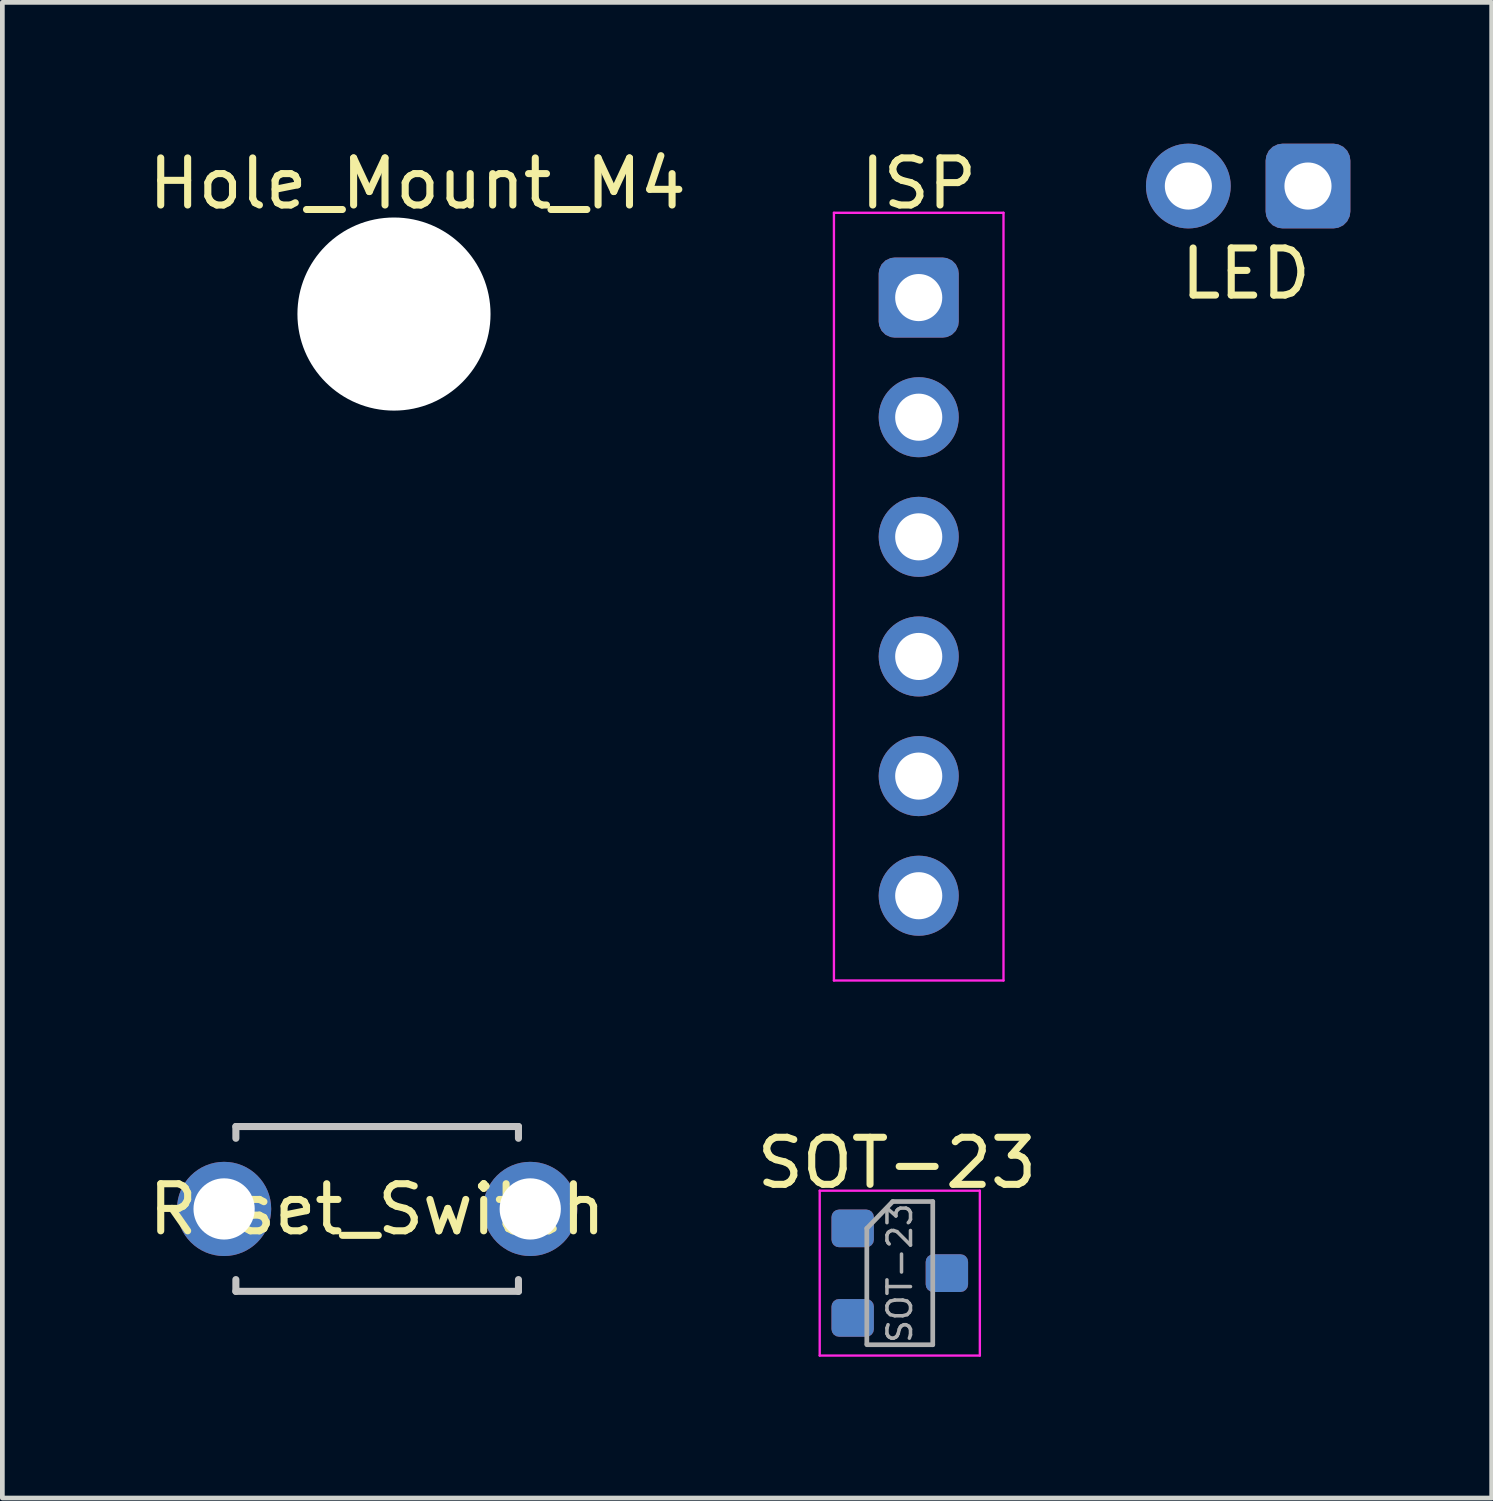
<source format=kicad_pcb>
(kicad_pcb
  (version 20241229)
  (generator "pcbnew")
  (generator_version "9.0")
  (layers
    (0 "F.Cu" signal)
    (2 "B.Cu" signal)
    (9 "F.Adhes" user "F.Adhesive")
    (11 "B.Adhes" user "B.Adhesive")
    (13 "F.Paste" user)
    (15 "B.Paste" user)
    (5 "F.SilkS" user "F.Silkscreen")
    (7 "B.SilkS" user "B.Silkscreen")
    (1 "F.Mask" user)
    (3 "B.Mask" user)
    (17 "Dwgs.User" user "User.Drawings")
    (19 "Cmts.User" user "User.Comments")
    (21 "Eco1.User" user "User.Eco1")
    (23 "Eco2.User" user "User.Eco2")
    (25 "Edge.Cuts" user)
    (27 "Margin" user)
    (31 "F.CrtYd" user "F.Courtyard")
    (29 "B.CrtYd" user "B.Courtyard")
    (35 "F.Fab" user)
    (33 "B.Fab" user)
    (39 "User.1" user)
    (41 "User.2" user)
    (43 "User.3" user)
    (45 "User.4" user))
  (footprint "LED"
    (layer "F.Cu")
    (at 23.451 0.9)
    (property "Reference" "LED" (at -0.05 1.86 0) (layer "F.SilkS") (effects (font (size 1 1) (thickness 0.15))))
    (attr through_hole)
    (pad "1" thru_hole circle (at -1.27 0) (size 1.8 1.8) (drill 1) (layers "*.Cu" "*.Mask"))
    (pad "2" thru_hole roundrect (at 1.27 0) (size 1.8 1.8) (drill 1) (layers "*.Cu" "*.Mask") (roundrect_rratio 0.2)))
  (footprint "ISP"
    (layer "F.Cu")
    (at 16.456 3.268)
    (property "Reference" "ISP" (at 0 -2.42 0) (layer "F.SilkS") (effects (font (size 1 1) (thickness 0.15))))
    (attr through_hole)
    (fp_line (start -1.8 -1.8) (end -1.8 14.5) (stroke (width 0.05) (type solid)) (layer "F.CrtYd"))
    (fp_line (start -1.8 14.5) (end 1.8 14.5) (stroke (width 0.05) (type solid)) (layer "F.CrtYd"))
    (fp_line (start 1.8 -1.8) (end -1.8 -1.8) (stroke (width 0.05) (type solid)) (layer "F.CrtYd"))
    (fp_line (start 1.8 14.5) (end 1.8 -1.8) (stroke (width 0.05) (type solid)) (layer "F.CrtYd"))
    (pad "1" thru_hole roundrect (at 0 0) (size 1.7 1.7) (drill 1) (layers "*.Cu" "*.Mask") (roundrect_rratio 0.2))
    (pad "2" thru_hole oval (at 0 2.54) (size 1.7 1.7) (drill 1) (layers "*.Cu" "*.Mask"))
    (pad "3" thru_hole oval (at 0 5.08) (size 1.7 1.7) (drill 1) (layers "*.Cu" "*.Mask"))
    (pad "4" thru_hole oval (at 0 7.62) (size 1.7 1.7) (drill 1) (layers "*.Cu" "*.Mask"))
    (pad "5" thru_hole oval (at 0 10.16) (size 1.7 1.7) (drill 1) (layers "*.Cu" "*.Mask"))
    (pad "6" thru_hole oval (at 0 12.7) (size 1.7 1.7) (drill 1) (layers "*.Cu" "*.Mask")))
  (footprint "Reset_Switch"
    (layer "F.Cu")
    (at 4.958 22.618)
    (property "Reference" "Reset_Switch" (at 0 0.01 0) (layer "F.SilkS") (effects (font (size 1 1) (thickness 0.15))))
    (attr through_hole)
    (fp_line (start -3 -1.75) (end -3 -1.5) (stroke (width 0.15) (type solid)) (layer "Dwgs.User"))
    (fp_line (start -3 -1.75) (end 3 -1.75) (stroke (width 0.15) (type solid)) (layer "Dwgs.User"))
    (fp_line (start -3 1.75) (end -3 1.5) (stroke (width 0.15) (type solid)) (layer "Dwgs.User"))
    (fp_line (start -3 1.75) (end 3 1.75) (stroke (width 0.15) (type solid)) (layer "Dwgs.User"))
    (fp_line (start 3 -1.75) (end 3 -1.5) (stroke (width 0.15) (type solid)) (layer "Dwgs.User"))
    (fp_line (start 3 1.75) (end 3 1.5) (stroke (width 0.15) (type solid)) (layer "Dwgs.User"))
    (pad "1" thru_hole circle (at 3.25 0) (size 2 2) (drill 1.3) (layers "*.Cu" "*.Mask"))
    (pad "2" thru_hole circle (at -3.25 0) (size 2 2) (drill 1.3) (layers "*.Cu" "*.Mask")))
  (footprint "Hole_Mount_M4"
    (layer "F.Cu")
    (at 5.315 3.618)
    (property "Reference" "Hole_Mount_M4" (at 0.5 -2.77 0) (layer "F.SilkS") (effects (font (size 1 1) (thickness 0.15))))
    (attr through_hole)
    (pad "" np_thru_hole circle (at 0 0) (size 4.1 4.1) (drill 4.1) (layers "*.Cu" "*.Mask")))
  (footprint "SOT-23"
    (layer "F.Cu")
    (at 15.994 23.901)
    (property "Reference" "SOT-23" (at 0 -2.26 0) (layer "F.SilkS") (effects (font (size 1 1) (thickness 0.15))))
    (attr through_hole)
    (fp_line (start -1.64 -1.67) (end 1.76 -1.67) (stroke (width 0.05) (type solid)) (layer "F.CrtYd"))
    (fp_line (start -1.64 1.83) (end -1.64 -1.67) (stroke (width 0.05) (type solid)) (layer "F.CrtYd"))
    (fp_line (start 1.76 -1.67) (end 1.76 1.83) (stroke (width 0.05) (type solid)) (layer "F.CrtYd"))
    (fp_line (start 1.76 1.83) (end -1.64 1.83) (stroke (width 0.05) (type solid)) (layer "F.CrtYd"))
    (fp_line (start -0.64 -0.87) (end -0.64 1.58) (stroke (width 0.1) (type solid)) (layer "F.Fab"))
    (fp_line (start -0.64 -0.87) (end -0.09 -1.44) (stroke (width 0.1) (type solid)) (layer "F.Fab"))
    (fp_line (start -0.64 1.6) (end 0.76 1.6) (stroke (width 0.1) (type solid)) (layer "F.Fab"))
    (fp_line (start -0.09 -1.44) (end 0.76 -1.44) (stroke (width 0.1) (type solid)) (layer "F.Fab"))
    (fp_line (start 0.76 -1.44) (end 0.76 1.6) (stroke (width 0.1) (type solid)) (layer "F.Fab"))
    (fp_text user "${REFERENCE}" (at 0.06 0.08 90) (layer "F.Fab") (effects (font (size 0.5 0.5) (thickness 0.075))))
    (pad "1" smd roundrect (at -0.94 -0.87) (size 0.9 0.8) (layers "F.Cu" "F.Mask" "F.Paste") (roundrect_rratio 0.2))
    (pad "1" smd roundrect (at -0.94 1.03) (size 0.9 0.8) (layers "B.Cu" "B.Mask" "B.Paste") (roundrect_rratio 0.2))
    (pad "2" smd roundrect (at -0.94 -0.87) (size 0.9 0.8) (layers "B.Cu" "B.Mask" "B.Paste") (roundrect_rratio 0.2))
    (pad "2" smd roundrect (at -0.94 1.03) (size 0.9 0.8) (layers "F.Cu" "F.Mask" "F.Paste") (roundrect_rratio 0.2))
    (pad "3" smd roundrect (at 1.06 0.08) (size 0.9 0.8) (layers "F.Cu" "F.Mask" "F.Paste") (roundrect_rratio 0.2))
    (pad "3" smd roundrect (at 1.06 0.08) (size 0.9 0.8) (layers "B.Cu" "B.Mask" "B.Paste") (roundrect_rratio 0.2)))
  (gr_rect
    (start -3 -3)
    (end 28.621 28.756)
    (stroke (width 0.1) (type default))
    (fill no)
    (layer "Edge.Cuts")))
</source>
